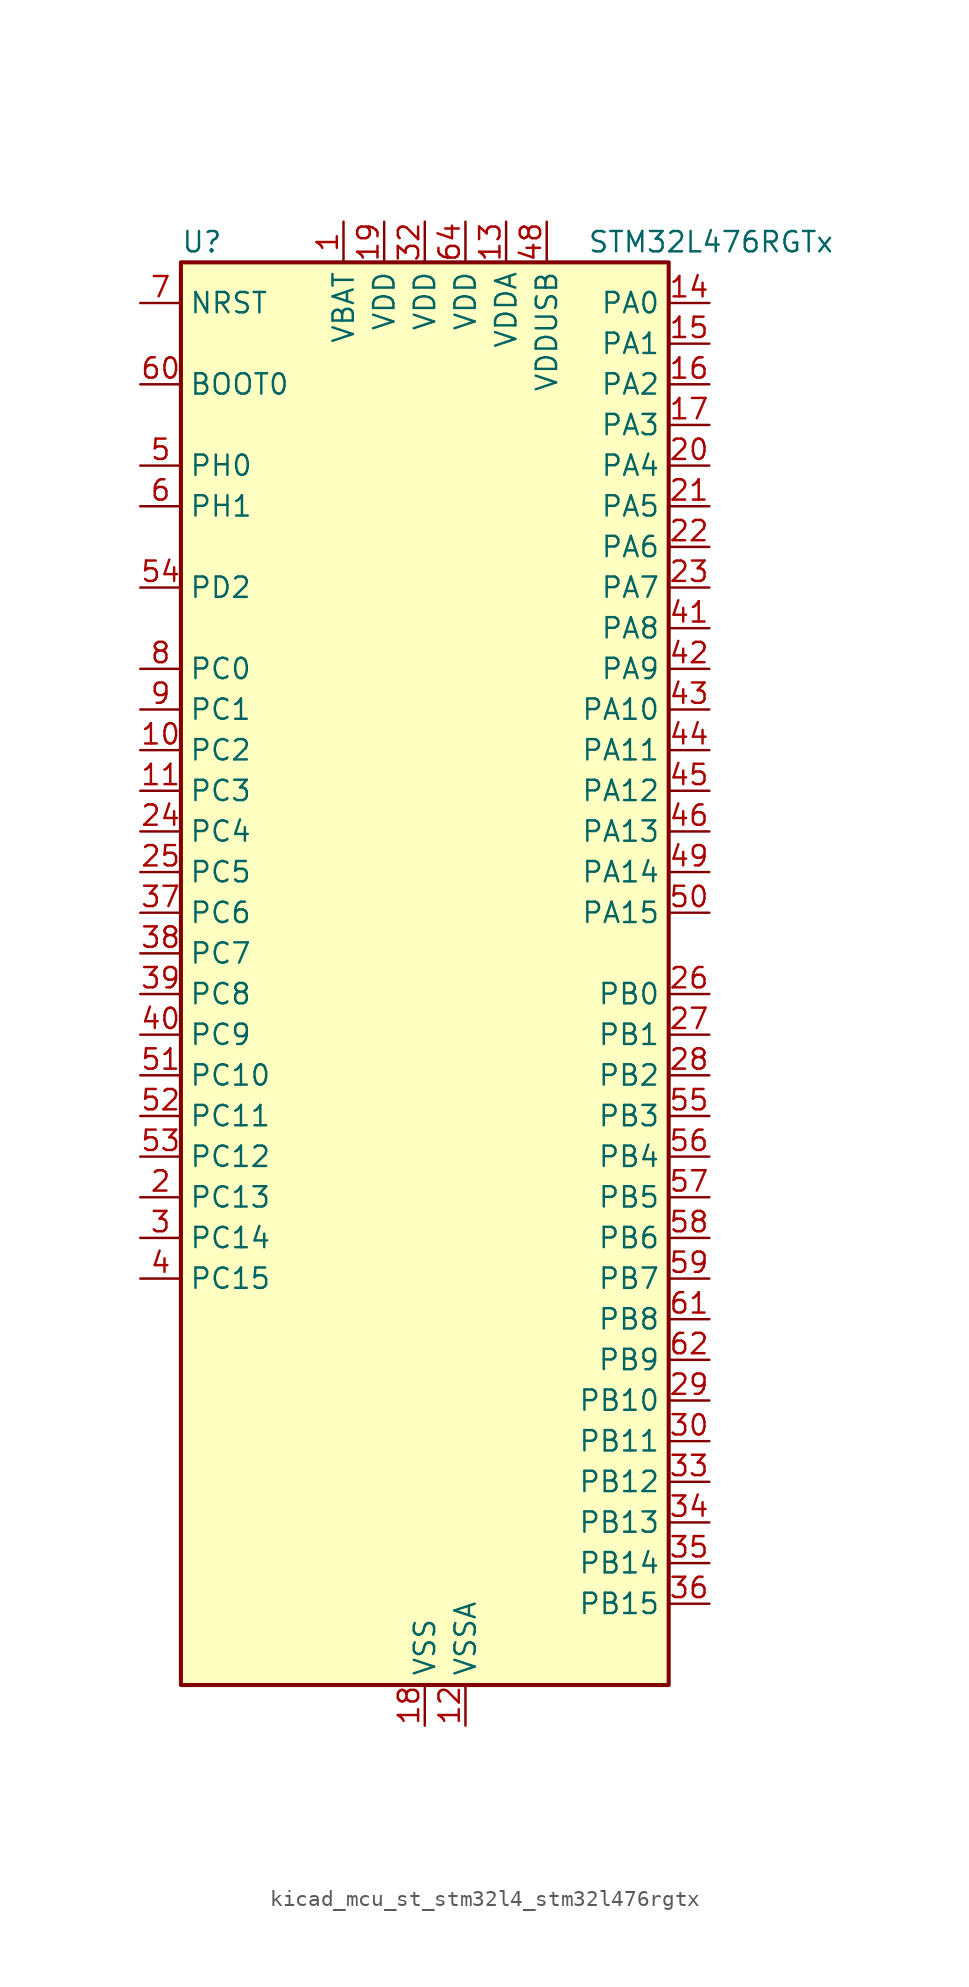
<source format=kicad_sym>
(kicad_symbol_lib
  (version 20220914)
  (generator kicad_symbol_editor)
  (symbol "kicad_mcu_st_stm32l4_stm32l476rgtx"
    (property "Reference" "U"
      (at -15.24 46.99 0)
      (effects (font (size 1.27 1.27)) (justify left)))
    (property "Value" "STM32L476RGTx"
      (at 10.16 46.99 0)
      (effects (font (size 1.27 1.27)) (justify left)))
    (property "ki_locked" ""
      (at 0 0 0)
      (effects (font (size 1.27 1.27))))
    (symbol "kicad_mcu_st_stm32l4_stm32l476rgtx_0_1"
      (rectangle (start -15.24 -43.18) (end 15.24 45.72) (stroke (width 0.254) (type default)) (fill (type background))))
    (symbol "kicad_mcu_st_stm32l4_stm32l476rgtx_1_1"
      (pin power_in line (at -5.08 48.26 270) (length 2.54) (name "VBAT" (effects (font (size 1.27 1.27)))) (number "1" (effects (font (size 1.27 1.27)))))
      (pin bidirectional line (at -17.78 15.24 0) (length 2.54) (name "PC2" (effects (font (size 1.27 1.27)))) (number "10" (effects (font (size 1.27 1.27)))) (alternate "ADC1_IN3" bidirectional line) (alternate "ADC2_IN3" bidirectional line) (alternate "ADC3_IN3" bidirectional line) (alternate "DFSDM1_CKOUT" bidirectional line) (alternate "LCD_SEG20" bidirectional line) (alternate "LPTIM1_IN2" bidirectional line) (alternate "SPI2_MISO" bidirectional line))
      (pin bidirectional line (at -17.78 12.7 0) (length 2.54) (name "PC3" (effects (font (size 1.27 1.27)))) (number "11" (effects (font (size 1.27 1.27)))) (alternate "ADC1_IN4" bidirectional line) (alternate "ADC2_IN4" bidirectional line) (alternate "ADC3_IN4" bidirectional line) (alternate "LCD_VLCD" bidirectional line) (alternate "LPTIM1_ETR" bidirectional line) (alternate "LPTIM2_ETR" bidirectional line) (alternate "SAI1_SD_A" bidirectional line) (alternate "SPI2_MOSI" bidirectional line))
      (pin power_in line (at 2.54 -45.72 90) (length 2.54) (name "VSSA" (effects (font (size 1.27 1.27)))) (number "12" (effects (font (size 1.27 1.27)))))
      (pin power_in line (at 5.08 48.26 270) (length 2.54) (name "VDDA" (effects (font (size 1.27 1.27)))) (number "13" (effects (font (size 1.27 1.27)))))
      (pin bidirectional line (at 17.78 43.18 180) (length 2.54) (name "PA0" (effects (font (size 1.27 1.27)))) (number "14" (effects (font (size 1.27 1.27)))) (alternate "ADC1_IN5" bidirectional line) (alternate "ADC2_IN5" bidirectional line) (alternate "OPAMP1_VINP" bidirectional line) (alternate "RTC_TAMP2" bidirectional line) (alternate "SAI1_EXTCLK" bidirectional line) (alternate "SYS_WKUP1" bidirectional line) (alternate "TIM2_CH1" bidirectional line) (alternate "TIM2_ETR" bidirectional line) (alternate "TIM5_CH1" bidirectional line) (alternate "TIM8_ETR" bidirectional line) (alternate "UART4_TX" bidirectional line) (alternate "USART2_CTS" bidirectional line))
      (pin bidirectional line (at 17.78 40.64 180) (length 2.54) (name "PA1" (effects (font (size 1.27 1.27)))) (number "15" (effects (font (size 1.27 1.27)))) (alternate "ADC1_IN6" bidirectional line) (alternate "ADC2_IN6" bidirectional line) (alternate "LCD_SEG0" bidirectional line) (alternate "OPAMP1_VINM" bidirectional line) (alternate "TIM15_CH1N" bidirectional line) (alternate "TIM2_CH2" bidirectional line) (alternate "TIM5_CH2" bidirectional line) (alternate "UART4_RX" bidirectional line) (alternate "USART2_DE" bidirectional line) (alternate "USART2_RTS" bidirectional line))
      (pin bidirectional line (at 17.78 38.1 180) (length 2.54) (name "PA2" (effects (font (size 1.27 1.27)))) (number "16" (effects (font (size 1.27 1.27)))) (alternate "ADC1_IN7" bidirectional line) (alternate "ADC2_IN7" bidirectional line) (alternate "LCD_SEG1" bidirectional line) (alternate "RCC_LSCO" bidirectional line) (alternate "SAI2_EXTCLK" bidirectional line) (alternate "SYS_WKUP4" bidirectional line) (alternate "TIM15_CH1" bidirectional line) (alternate "TIM2_CH3" bidirectional line) (alternate "TIM5_CH3" bidirectional line) (alternate "USART2_TX" bidirectional line))
      (pin bidirectional line (at 17.78 35.56 180) (length 2.54) (name "PA3" (effects (font (size 1.27 1.27)))) (number "17" (effects (font (size 1.27 1.27)))) (alternate "ADC1_IN8" bidirectional line) (alternate "ADC2_IN8" bidirectional line) (alternate "LCD_SEG2" bidirectional line) (alternate "OPAMP1_VOUT" bidirectional line) (alternate "TIM15_CH2" bidirectional line) (alternate "TIM2_CH4" bidirectional line) (alternate "TIM5_CH4" bidirectional line) (alternate "USART2_RX" bidirectional line))
      (pin power_in line (at 0 -45.72 90) (length 2.54) (name "VSS" (effects (font (size 1.27 1.27)))) (number "18" (effects (font (size 1.27 1.27)))))
      (pin power_in line (at -2.54 48.26 270) (length 2.54) (name "VDD" (effects (font (size 1.27 1.27)))) (number "19" (effects (font (size 1.27 1.27)))))
      (pin bidirectional line (at -17.78 -12.7 0) (length 2.54) (name "PC13" (effects (font (size 1.27 1.27)))) (number "2" (effects (font (size 1.27 1.27)))) (alternate "RTC_OUT_ALARM" bidirectional line) (alternate "RTC_OUT_CALIB" bidirectional line) (alternate "RTC_TAMP1" bidirectional line) (alternate "RTC_TS" bidirectional line) (alternate "SYS_WKUP2" bidirectional line))
      (pin bidirectional line (at 17.78 33.02 180) (length 2.54) (name "PA4" (effects (font (size 1.27 1.27)))) (number "20" (effects (font (size 1.27 1.27)))) (alternate "ADC1_IN9" bidirectional line) (alternate "ADC2_IN9" bidirectional line) (alternate "DAC1_OUT1" bidirectional line) (alternate "LPTIM2_OUT" bidirectional line) (alternate "SAI1_FS_B" bidirectional line) (alternate "SPI1_NSS" bidirectional line) (alternate "SPI3_NSS" bidirectional line) (alternate "USART2_CK" bidirectional line))
      (pin bidirectional line (at 17.78 30.48 180) (length 2.54) (name "PA5" (effects (font (size 1.27 1.27)))) (number "21" (effects (font (size 1.27 1.27)))) (alternate "ADC1_IN10" bidirectional line) (alternate "ADC2_IN10" bidirectional line) (alternate "DAC1_OUT2" bidirectional line) (alternate "LPTIM2_ETR" bidirectional line) (alternate "SPI1_SCK" bidirectional line) (alternate "TIM2_CH1" bidirectional line) (alternate "TIM2_ETR" bidirectional line) (alternate "TIM8_CH1N" bidirectional line))
      (pin bidirectional line (at 17.78 27.94 180) (length 2.54) (name "PA6" (effects (font (size 1.27 1.27)))) (number "22" (effects (font (size 1.27 1.27)))) (alternate "ADC1_IN11" bidirectional line) (alternate "ADC2_IN11" bidirectional line) (alternate "LCD_SEG3" bidirectional line) (alternate "OPAMP2_VINP" bidirectional line) (alternate "QUADSPI_BK1_IO3" bidirectional line) (alternate "SPI1_MISO" bidirectional line) (alternate "TIM16_CH1" bidirectional line) (alternate "TIM1_BKIN" bidirectional line) (alternate "TIM1_BKIN_COMP2" bidirectional line) (alternate "TIM3_CH1" bidirectional line) (alternate "TIM8_BKIN" bidirectional line) (alternate "TIM8_BKIN_COMP2" bidirectional line) (alternate "USART3_CTS" bidirectional line))
      (pin bidirectional line (at 17.78 25.4 180) (length 2.54) (name "PA7" (effects (font (size 1.27 1.27)))) (number "23" (effects (font (size 1.27 1.27)))) (alternate "ADC1_IN12" bidirectional line) (alternate "ADC2_IN12" bidirectional line) (alternate "LCD_SEG4" bidirectional line) (alternate "OPAMP2_VINM" bidirectional line) (alternate "QUADSPI_BK1_IO2" bidirectional line) (alternate "SPI1_MOSI" bidirectional line) (alternate "TIM17_CH1" bidirectional line) (alternate "TIM1_CH1N" bidirectional line) (alternate "TIM3_CH2" bidirectional line) (alternate "TIM8_CH1N" bidirectional line))
      (pin bidirectional line (at -17.78 10.16 0) (length 2.54) (name "PC4" (effects (font (size 1.27 1.27)))) (number "24" (effects (font (size 1.27 1.27)))) (alternate "ADC1_IN13" bidirectional line) (alternate "ADC2_IN13" bidirectional line) (alternate "COMP1_INM" bidirectional line) (alternate "LCD_SEG22" bidirectional line) (alternate "USART3_TX" bidirectional line))
      (pin bidirectional line (at -17.78 7.62 0) (length 2.54) (name "PC5" (effects (font (size 1.27 1.27)))) (number "25" (effects (font (size 1.27 1.27)))) (alternate "ADC1_IN14" bidirectional line) (alternate "ADC2_IN14" bidirectional line) (alternate "COMP1_INP" bidirectional line) (alternate "LCD_SEG23" bidirectional line) (alternate "SYS_WKUP5" bidirectional line) (alternate "USART3_RX" bidirectional line))
      (pin bidirectional line (at 17.78 0 180) (length 2.54) (name "PB0" (effects (font (size 1.27 1.27)))) (number "26" (effects (font (size 1.27 1.27)))) (alternate "ADC1_IN15" bidirectional line) (alternate "ADC2_IN15" bidirectional line) (alternate "COMP1_OUT" bidirectional line) (alternate "LCD_SEG5" bidirectional line) (alternate "OPAMP2_VOUT" bidirectional line) (alternate "QUADSPI_BK1_IO1" bidirectional line) (alternate "TIM1_CH2N" bidirectional line) (alternate "TIM3_CH3" bidirectional line) (alternate "TIM8_CH2N" bidirectional line) (alternate "USART3_CK" bidirectional line))
      (pin bidirectional line (at 17.78 -2.54 180) (length 2.54) (name "PB1" (effects (font (size 1.27 1.27)))) (number "27" (effects (font (size 1.27 1.27)))) (alternate "ADC1_IN16" bidirectional line) (alternate "ADC2_IN16" bidirectional line) (alternate "COMP1_INM" bidirectional line) (alternate "DFSDM1_DATIN0" bidirectional line) (alternate "LCD_SEG6" bidirectional line) (alternate "LPTIM2_IN1" bidirectional line) (alternate "QUADSPI_BK1_IO0" bidirectional line) (alternate "TIM1_CH3N" bidirectional line) (alternate "TIM3_CH4" bidirectional line) (alternate "TIM8_CH3N" bidirectional line) (alternate "USART3_DE" bidirectional line) (alternate "USART3_RTS" bidirectional line))
      (pin bidirectional line (at 17.78 -5.08 180) (length 2.54) (name "PB2" (effects (font (size 1.27 1.27)))) (number "28" (effects (font (size 1.27 1.27)))) (alternate "COMP1_INP" bidirectional line) (alternate "DFSDM1_CKIN0" bidirectional line) (alternate "I2C3_SMBA" bidirectional line) (alternate "LPTIM1_OUT" bidirectional line) (alternate "RTC_OUT_ALARM" bidirectional line) (alternate "RTC_OUT_CALIB" bidirectional line))
      (pin bidirectional line (at 17.78 -25.4 180) (length 2.54) (name "PB10" (effects (font (size 1.27 1.27)))) (number "29" (effects (font (size 1.27 1.27)))) (alternate "COMP1_OUT" bidirectional line) (alternate "DFSDM1_DATIN7" bidirectional line) (alternate "I2C2_SCL" bidirectional line) (alternate "LCD_SEG10" bidirectional line) (alternate "LPUART1_RX" bidirectional line) (alternate "QUADSPI_CLK" bidirectional line) (alternate "SAI1_SCK_A" bidirectional line) (alternate "SPI2_SCK" bidirectional line) (alternate "TIM2_CH3" bidirectional line) (alternate "USART3_TX" bidirectional line))
      (pin bidirectional line (at -17.78 -15.24 0) (length 2.54) (name "PC14" (effects (font (size 1.27 1.27)))) (number "3" (effects (font (size 1.27 1.27)))) (alternate "RCC_OSC32_IN" bidirectional line))
      (pin bidirectional line (at 17.78 -27.94 180) (length 2.54) (name "PB11" (effects (font (size 1.27 1.27)))) (number "30" (effects (font (size 1.27 1.27)))) (alternate "ADC1_EXTI11" bidirectional line) (alternate "ADC2_EXTI11" bidirectional line) (alternate "ADC3_EXTI11" bidirectional line) (alternate "COMP2_OUT" bidirectional line) (alternate "DFSDM1_CKIN7" bidirectional line) (alternate "I2C2_SDA" bidirectional line) (alternate "LCD_SEG11" bidirectional line) (alternate "LPUART1_TX" bidirectional line) (alternate "QUADSPI_NCS" bidirectional line) (alternate "TIM2_CH4" bidirectional line) (alternate "USART3_RX" bidirectional line))
      (pin passive line (at 0 -45.72 90) (length 2.54) hide (name "VSS" (effects (font (size 1.27 1.27)))) (number "31" (effects (font (size 1.27 1.27)))))
      (pin power_in line (at 0 48.26 270) (length 2.54) (name "VDD" (effects (font (size 1.27 1.27)))) (number "32" (effects (font (size 1.27 1.27)))))
      (pin bidirectional line (at 17.78 -30.48 180) (length 2.54) (name "PB12" (effects (font (size 1.27 1.27)))) (number "33" (effects (font (size 1.27 1.27)))) (alternate "DFSDM1_DATIN1" bidirectional line) (alternate "I2C2_SMBA" bidirectional line) (alternate "LCD_SEG12" bidirectional line) (alternate "LPUART1_DE" bidirectional line) (alternate "LPUART1_RTS" bidirectional line) (alternate "SAI2_FS_A" bidirectional line) (alternate "SPI2_NSS" bidirectional line) (alternate "SWPMI1_IO" bidirectional line) (alternate "TIM15_BKIN" bidirectional line) (alternate "TIM1_BKIN" bidirectional line) (alternate "TIM1_BKIN_COMP2" bidirectional line) (alternate "TSC_G1_IO1" bidirectional line) (alternate "USART3_CK" bidirectional line))
      (pin bidirectional line (at 17.78 -33.02 180) (length 2.54) (name "PB13" (effects (font (size 1.27 1.27)))) (number "34" (effects (font (size 1.27 1.27)))) (alternate "DFSDM1_CKIN1" bidirectional line) (alternate "I2C2_SCL" bidirectional line) (alternate "LCD_SEG13" bidirectional line) (alternate "LPUART1_CTS" bidirectional line) (alternate "SAI2_SCK_A" bidirectional line) (alternate "SPI2_SCK" bidirectional line) (alternate "SWPMI1_TX" bidirectional line) (alternate "TIM15_CH1N" bidirectional line) (alternate "TIM1_CH1N" bidirectional line) (alternate "TSC_G1_IO2" bidirectional line) (alternate "USART3_CTS" bidirectional line))
      (pin bidirectional line (at 17.78 -35.56 180) (length 2.54) (name "PB14" (effects (font (size 1.27 1.27)))) (number "35" (effects (font (size 1.27 1.27)))) (alternate "DFSDM1_DATIN2" bidirectional line) (alternate "I2C2_SDA" bidirectional line) (alternate "LCD_SEG14" bidirectional line) (alternate "SAI2_MCLK_A" bidirectional line) (alternate "SPI2_MISO" bidirectional line) (alternate "SWPMI1_RX" bidirectional line) (alternate "TIM15_CH1" bidirectional line) (alternate "TIM1_CH2N" bidirectional line) (alternate "TIM8_CH2N" bidirectional line) (alternate "TSC_G1_IO3" bidirectional line) (alternate "USART3_DE" bidirectional line) (alternate "USART3_RTS" bidirectional line))
      (pin bidirectional line (at 17.78 -38.1 180) (length 2.54) (name "PB15" (effects (font (size 1.27 1.27)))) (number "36" (effects (font (size 1.27 1.27)))) (alternate "ADC1_EXTI15" bidirectional line) (alternate "ADC2_EXTI15" bidirectional line) (alternate "ADC3_EXTI15" bidirectional line) (alternate "DFSDM1_CKIN2" bidirectional line) (alternate "LCD_SEG15" bidirectional line) (alternate "RTC_REFIN" bidirectional line) (alternate "SAI2_SD_A" bidirectional line) (alternate "SPI2_MOSI" bidirectional line) (alternate "SWPMI1_SUSPEND" bidirectional line) (alternate "TIM15_CH2" bidirectional line) (alternate "TIM1_CH3N" bidirectional line) (alternate "TIM8_CH3N" bidirectional line) (alternate "TSC_G1_IO4" bidirectional line))
      (pin bidirectional line (at -17.78 5.08 0) (length 2.54) (name "PC6" (effects (font (size 1.27 1.27)))) (number "37" (effects (font (size 1.27 1.27)))) (alternate "DFSDM1_CKIN3" bidirectional line) (alternate "LCD_SEG24" bidirectional line) (alternate "SAI2_MCLK_A" bidirectional line) (alternate "SDMMC1_D6" bidirectional line) (alternate "TIM3_CH1" bidirectional line) (alternate "TIM8_CH1" bidirectional line) (alternate "TSC_G4_IO1" bidirectional line))
      (pin bidirectional line (at -17.78 2.54 0) (length 2.54) (name "PC7" (effects (font (size 1.27 1.27)))) (number "38" (effects (font (size 1.27 1.27)))) (alternate "DFSDM1_DATIN3" bidirectional line) (alternate "LCD_SEG25" bidirectional line) (alternate "SAI2_MCLK_B" bidirectional line) (alternate "SDMMC1_D7" bidirectional line) (alternate "TIM3_CH2" bidirectional line) (alternate "TIM8_CH2" bidirectional line) (alternate "TSC_G4_IO2" bidirectional line))
      (pin bidirectional line (at -17.78 0 0) (length 2.54) (name "PC8" (effects (font (size 1.27 1.27)))) (number "39" (effects (font (size 1.27 1.27)))) (alternate "LCD_SEG26" bidirectional line) (alternate "SDMMC1_D0" bidirectional line) (alternate "TIM3_CH3" bidirectional line) (alternate "TIM8_CH3" bidirectional line) (alternate "TSC_G4_IO3" bidirectional line))
      (pin bidirectional line (at -17.78 -17.78 0) (length 2.54) (name "PC15" (effects (font (size 1.27 1.27)))) (number "4" (effects (font (size 1.27 1.27)))) (alternate "ADC1_EXTI15" bidirectional line) (alternate "ADC2_EXTI15" bidirectional line) (alternate "ADC3_EXTI15" bidirectional line) (alternate "RCC_OSC32_OUT" bidirectional line))
      (pin bidirectional line (at -17.78 -2.54 0) (length 2.54) (name "PC9" (effects (font (size 1.27 1.27)))) (number "40" (effects (font (size 1.27 1.27)))) (alternate "DAC1_EXTI9" bidirectional line) (alternate "LCD_SEG27" bidirectional line) (alternate "SAI2_EXTCLK" bidirectional line) (alternate "SDMMC1_D1" bidirectional line) (alternate "TIM3_CH4" bidirectional line) (alternate "TIM8_BKIN2" bidirectional line) (alternate "TIM8_BKIN2_COMP1" bidirectional line) (alternate "TIM8_CH4" bidirectional line) (alternate "TSC_G4_IO4" bidirectional line) (alternate "USB_OTG_FS_NOE" bidirectional line))
      (pin bidirectional line (at 17.78 22.86 180) (length 2.54) (name "PA8" (effects (font (size 1.27 1.27)))) (number "41" (effects (font (size 1.27 1.27)))) (alternate "LCD_COM0" bidirectional line) (alternate "LPTIM2_OUT" bidirectional line) (alternate "RCC_MCO" bidirectional line) (alternate "TIM1_CH1" bidirectional line) (alternate "USART1_CK" bidirectional line) (alternate "USB_OTG_FS_SOF" bidirectional line))
      (pin bidirectional line (at 17.78 20.32 180) (length 2.54) (name "PA9" (effects (font (size 1.27 1.27)))) (number "42" (effects (font (size 1.27 1.27)))) (alternate "DAC1_EXTI9" bidirectional line) (alternate "LCD_COM1" bidirectional line) (alternate "TIM15_BKIN" bidirectional line) (alternate "TIM1_CH2" bidirectional line) (alternate "USART1_TX" bidirectional line) (alternate "USB_OTG_FS_VBUS" bidirectional line))
      (pin bidirectional line (at 17.78 17.78 180) (length 2.54) (name "PA10" (effects (font (size 1.27 1.27)))) (number "43" (effects (font (size 1.27 1.27)))) (alternate "LCD_COM2" bidirectional line) (alternate "TIM17_BKIN" bidirectional line) (alternate "TIM1_CH3" bidirectional line) (alternate "USART1_RX" bidirectional line) (alternate "USB_OTG_FS_ID" bidirectional line))
      (pin bidirectional line (at 17.78 15.24 180) (length 2.54) (name "PA11" (effects (font (size 1.27 1.27)))) (number "44" (effects (font (size 1.27 1.27)))) (alternate "ADC1_EXTI11" bidirectional line) (alternate "ADC2_EXTI11" bidirectional line) (alternate "ADC3_EXTI11" bidirectional line) (alternate "CAN1_RX" bidirectional line) (alternate "TIM1_BKIN2" bidirectional line) (alternate "TIM1_BKIN2_COMP1" bidirectional line) (alternate "TIM1_CH4" bidirectional line) (alternate "USART1_CTS" bidirectional line) (alternate "USB_OTG_FS_DM" bidirectional line))
      (pin bidirectional line (at 17.78 12.7 180) (length 2.54) (name "PA12" (effects (font (size 1.27 1.27)))) (number "45" (effects (font (size 1.27 1.27)))) (alternate "CAN1_TX" bidirectional line) (alternate "TIM1_ETR" bidirectional line) (alternate "USART1_DE" bidirectional line) (alternate "USART1_RTS" bidirectional line) (alternate "USB_OTG_FS_DP" bidirectional line))
      (pin bidirectional line (at 17.78 10.16 180) (length 2.54) (name "PA13" (effects (font (size 1.27 1.27)))) (number "46" (effects (font (size 1.27 1.27)))) (alternate "IR_OUT" bidirectional line) (alternate "SYS_JTMS-SWDIO" bidirectional line) (alternate "USB_OTG_FS_NOE" bidirectional line))
      (pin passive line (at 0 -45.72 90) (length 2.54) hide (name "VSS" (effects (font (size 1.27 1.27)))) (number "47" (effects (font (size 1.27 1.27)))))
      (pin power_in line (at 7.62 48.26 270) (length 2.54) (name "VDDUSB" (effects (font (size 1.27 1.27)))) (number "48" (effects (font (size 1.27 1.27)))))
      (pin bidirectional line (at 17.78 7.62 180) (length 2.54) (name "PA14" (effects (font (size 1.27 1.27)))) (number "49" (effects (font (size 1.27 1.27)))) (alternate "SYS_JTCK-SWCLK" bidirectional line))
      (pin bidirectional line (at -17.78 33.02 0) (length 2.54) (name "PH0" (effects (font (size 1.27 1.27)))) (number "5" (effects (font (size 1.27 1.27)))) (alternate "RCC_OSC_IN" bidirectional line))
      (pin bidirectional line (at 17.78 5.08 180) (length 2.54) (name "PA15" (effects (font (size 1.27 1.27)))) (number "50" (effects (font (size 1.27 1.27)))) (alternate "ADC1_EXTI15" bidirectional line) (alternate "ADC2_EXTI15" bidirectional line) (alternate "ADC3_EXTI15" bidirectional line) (alternate "LCD_SEG17" bidirectional line) (alternate "SAI2_FS_B" bidirectional line) (alternate "SPI1_NSS" bidirectional line) (alternate "SPI3_NSS" bidirectional line) (alternate "SYS_JTDI" bidirectional line) (alternate "TIM2_CH1" bidirectional line) (alternate "TIM2_ETR" bidirectional line) (alternate "TSC_G3_IO1" bidirectional line) (alternate "UART4_DE" bidirectional line) (alternate "UART4_RTS" bidirectional line))
      (pin bidirectional line (at -17.78 -5.08 0) (length 2.54) (name "PC10" (effects (font (size 1.27 1.27)))) (number "51" (effects (font (size 1.27 1.27)))) (alternate "LCD_COM4" bidirectional line) (alternate "LCD_SEG28" bidirectional line) (alternate "LCD_SEG40" bidirectional line) (alternate "SAI2_SCK_B" bidirectional line) (alternate "SDMMC1_D2" bidirectional line) (alternate "SPI3_SCK" bidirectional line) (alternate "TSC_G3_IO2" bidirectional line) (alternate "UART4_TX" bidirectional line) (alternate "USART3_TX" bidirectional line))
      (pin bidirectional line (at -17.78 -7.62 0) (length 2.54) (name "PC11" (effects (font (size 1.27 1.27)))) (number "52" (effects (font (size 1.27 1.27)))) (alternate "ADC1_EXTI11" bidirectional line) (alternate "ADC2_EXTI11" bidirectional line) (alternate "ADC3_EXTI11" bidirectional line) (alternate "LCD_COM5" bidirectional line) (alternate "LCD_SEG29" bidirectional line) (alternate "LCD_SEG41" bidirectional line) (alternate "SAI2_MCLK_B" bidirectional line) (alternate "SDMMC1_D3" bidirectional line) (alternate "SPI3_MISO" bidirectional line) (alternate "TSC_G3_IO3" bidirectional line) (alternate "UART4_RX" bidirectional line) (alternate "USART3_RX" bidirectional line))
      (pin bidirectional line (at -17.78 -10.16 0) (length 2.54) (name "PC12" (effects (font (size 1.27 1.27)))) (number "53" (effects (font (size 1.27 1.27)))) (alternate "LCD_COM6" bidirectional line) (alternate "LCD_SEG30" bidirectional line) (alternate "LCD_SEG42" bidirectional line) (alternate "SAI2_SD_B" bidirectional line) (alternate "SDMMC1_CK" bidirectional line) (alternate "SPI3_MOSI" bidirectional line) (alternate "TSC_G3_IO4" bidirectional line) (alternate "UART5_TX" bidirectional line) (alternate "USART3_CK" bidirectional line))
      (pin bidirectional line (at -17.78 25.4 0) (length 2.54) (name "PD2" (effects (font (size 1.27 1.27)))) (number "54" (effects (font (size 1.27 1.27)))) (alternate "LCD_COM7" bidirectional line) (alternate "LCD_SEG31" bidirectional line) (alternate "LCD_SEG43" bidirectional line) (alternate "SDMMC1_CMD" bidirectional line) (alternate "TIM3_ETR" bidirectional line) (alternate "TSC_SYNC" bidirectional line) (alternate "UART5_RX" bidirectional line) (alternate "USART3_DE" bidirectional line) (alternate "USART3_RTS" bidirectional line))
      (pin bidirectional line (at 17.78 -7.62 180) (length 2.54) (name "PB3" (effects (font (size 1.27 1.27)))) (number "55" (effects (font (size 1.27 1.27)))) (alternate "COMP2_INM" bidirectional line) (alternate "LCD_SEG7" bidirectional line) (alternate "SAI1_SCK_B" bidirectional line) (alternate "SPI1_SCK" bidirectional line) (alternate "SPI3_SCK" bidirectional line) (alternate "SYS_JTDO-SWO" bidirectional line) (alternate "TIM2_CH2" bidirectional line) (alternate "USART1_DE" bidirectional line) (alternate "USART1_RTS" bidirectional line))
      (pin bidirectional line (at 17.78 -10.16 180) (length 2.54) (name "PB4" (effects (font (size 1.27 1.27)))) (number "56" (effects (font (size 1.27 1.27)))) (alternate "COMP2_INP" bidirectional line) (alternate "LCD_SEG8" bidirectional line) (alternate "SAI1_MCLK_B" bidirectional line) (alternate "SPI1_MISO" bidirectional line) (alternate "SPI3_MISO" bidirectional line) (alternate "SYS_JTRST" bidirectional line) (alternate "TIM17_BKIN" bidirectional line) (alternate "TIM3_CH1" bidirectional line) (alternate "TSC_G2_IO1" bidirectional line) (alternate "UART5_DE" bidirectional line) (alternate "UART5_RTS" bidirectional line) (alternate "USART1_CTS" bidirectional line))
      (pin bidirectional line (at 17.78 -12.7 180) (length 2.54) (name "PB5" (effects (font (size 1.27 1.27)))) (number "57" (effects (font (size 1.27 1.27)))) (alternate "COMP2_OUT" bidirectional line) (alternate "I2C1_SMBA" bidirectional line) (alternate "LCD_SEG9" bidirectional line) (alternate "LPTIM1_IN1" bidirectional line) (alternate "SAI1_SD_B" bidirectional line) (alternate "SPI1_MOSI" bidirectional line) (alternate "SPI3_MOSI" bidirectional line) (alternate "TIM16_BKIN" bidirectional line) (alternate "TIM3_CH2" bidirectional line) (alternate "TSC_G2_IO2" bidirectional line) (alternate "UART5_CTS" bidirectional line) (alternate "USART1_CK" bidirectional line))
      (pin bidirectional line (at 17.78 -15.24 180) (length 2.54) (name "PB6" (effects (font (size 1.27 1.27)))) (number "58" (effects (font (size 1.27 1.27)))) (alternate "COMP2_INP" bidirectional line) (alternate "DFSDM1_DATIN5" bidirectional line) (alternate "I2C1_SCL" bidirectional line) (alternate "LPTIM1_ETR" bidirectional line) (alternate "SAI1_FS_B" bidirectional line) (alternate "TIM16_CH1N" bidirectional line) (alternate "TIM4_CH1" bidirectional line) (alternate "TIM8_BKIN2" bidirectional line) (alternate "TIM8_BKIN2_COMP2" bidirectional line) (alternate "TSC_G2_IO3" bidirectional line) (alternate "USART1_TX" bidirectional line))
      (pin bidirectional line (at 17.78 -17.78 180) (length 2.54) (name "PB7" (effects (font (size 1.27 1.27)))) (number "59" (effects (font (size 1.27 1.27)))) (alternate "COMP2_INM" bidirectional line) (alternate "DFSDM1_CKIN5" bidirectional line) (alternate "I2C1_SDA" bidirectional line) (alternate "LCD_SEG21" bidirectional line) (alternate "LPTIM1_IN2" bidirectional line) (alternate "SYS_PVD_IN" bidirectional line) (alternate "TIM17_CH1N" bidirectional line) (alternate "TIM4_CH2" bidirectional line) (alternate "TIM8_BKIN" bidirectional line) (alternate "TIM8_BKIN_COMP1" bidirectional line) (alternate "TSC_G2_IO4" bidirectional line) (alternate "UART4_CTS" bidirectional line) (alternate "USART1_RX" bidirectional line))
      (pin bidirectional line (at -17.78 30.48 0) (length 2.54) (name "PH1" (effects (font (size 1.27 1.27)))) (number "6" (effects (font (size 1.27 1.27)))) (alternate "RCC_OSC_OUT" bidirectional line))
      (pin input line (at -17.78 38.1 0) (length 2.54) (name "BOOT0" (effects (font (size 1.27 1.27)))) (number "60" (effects (font (size 1.27 1.27)))))
      (pin bidirectional line (at 17.78 -20.32 180) (length 2.54) (name "PB8" (effects (font (size 1.27 1.27)))) (number "61" (effects (font (size 1.27 1.27)))) (alternate "CAN1_RX" bidirectional line) (alternate "DFSDM1_DATIN6" bidirectional line) (alternate "I2C1_SCL" bidirectional line) (alternate "LCD_SEG16" bidirectional line) (alternate "SAI1_MCLK_A" bidirectional line) (alternate "SDMMC1_D4" bidirectional line) (alternate "TIM16_CH1" bidirectional line) (alternate "TIM4_CH3" bidirectional line))
      (pin bidirectional line (at 17.78 -22.86 180) (length 2.54) (name "PB9" (effects (font (size 1.27 1.27)))) (number "62" (effects (font (size 1.27 1.27)))) (alternate "CAN1_TX" bidirectional line) (alternate "DAC1_EXTI9" bidirectional line) (alternate "DFSDM1_CKIN6" bidirectional line) (alternate "I2C1_SDA" bidirectional line) (alternate "IR_OUT" bidirectional line) (alternate "LCD_COM3" bidirectional line) (alternate "SAI1_FS_A" bidirectional line) (alternate "SDMMC1_D5" bidirectional line) (alternate "SPI2_NSS" bidirectional line) (alternate "TIM17_CH1" bidirectional line) (alternate "TIM4_CH4" bidirectional line))
      (pin passive line (at 0 -45.72 90) (length 2.54) hide (name "VSS" (effects (font (size 1.27 1.27)))) (number "63" (effects (font (size 1.27 1.27)))))
      (pin power_in line (at 2.54 48.26 270) (length 2.54) (name "VDD" (effects (font (size 1.27 1.27)))) (number "64" (effects (font (size 1.27 1.27)))))
      (pin input line (at -17.78 43.18 0) (length 2.54) (name "NRST" (effects (font (size 1.27 1.27)))) (number "7" (effects (font (size 1.27 1.27)))))
      (pin bidirectional line (at -17.78 20.32 0) (length 2.54) (name "PC0" (effects (font (size 1.27 1.27)))) (number "8" (effects (font (size 1.27 1.27)))) (alternate "ADC1_IN1" bidirectional line) (alternate "ADC2_IN1" bidirectional line) (alternate "ADC3_IN1" bidirectional line) (alternate "DFSDM1_DATIN4" bidirectional line) (alternate "I2C3_SCL" bidirectional line) (alternate "LCD_SEG18" bidirectional line) (alternate "LPTIM1_IN1" bidirectional line) (alternate "LPTIM2_IN1" bidirectional line) (alternate "LPUART1_RX" bidirectional line))
      (pin bidirectional line (at -17.78 17.78 0) (length 2.54) (name "PC1" (effects (font (size 1.27 1.27)))) (number "9" (effects (font (size 1.27 1.27)))) (alternate "ADC1_IN2" bidirectional line) (alternate "ADC2_IN2" bidirectional line) (alternate "ADC3_IN2" bidirectional line) (alternate "DFSDM1_CKIN4" bidirectional line) (alternate "I2C3_SDA" bidirectional line) (alternate "LCD_SEG19" bidirectional line) (alternate "LPTIM1_OUT" bidirectional line) (alternate "LPUART1_TX" bidirectional line)))))
</source>
